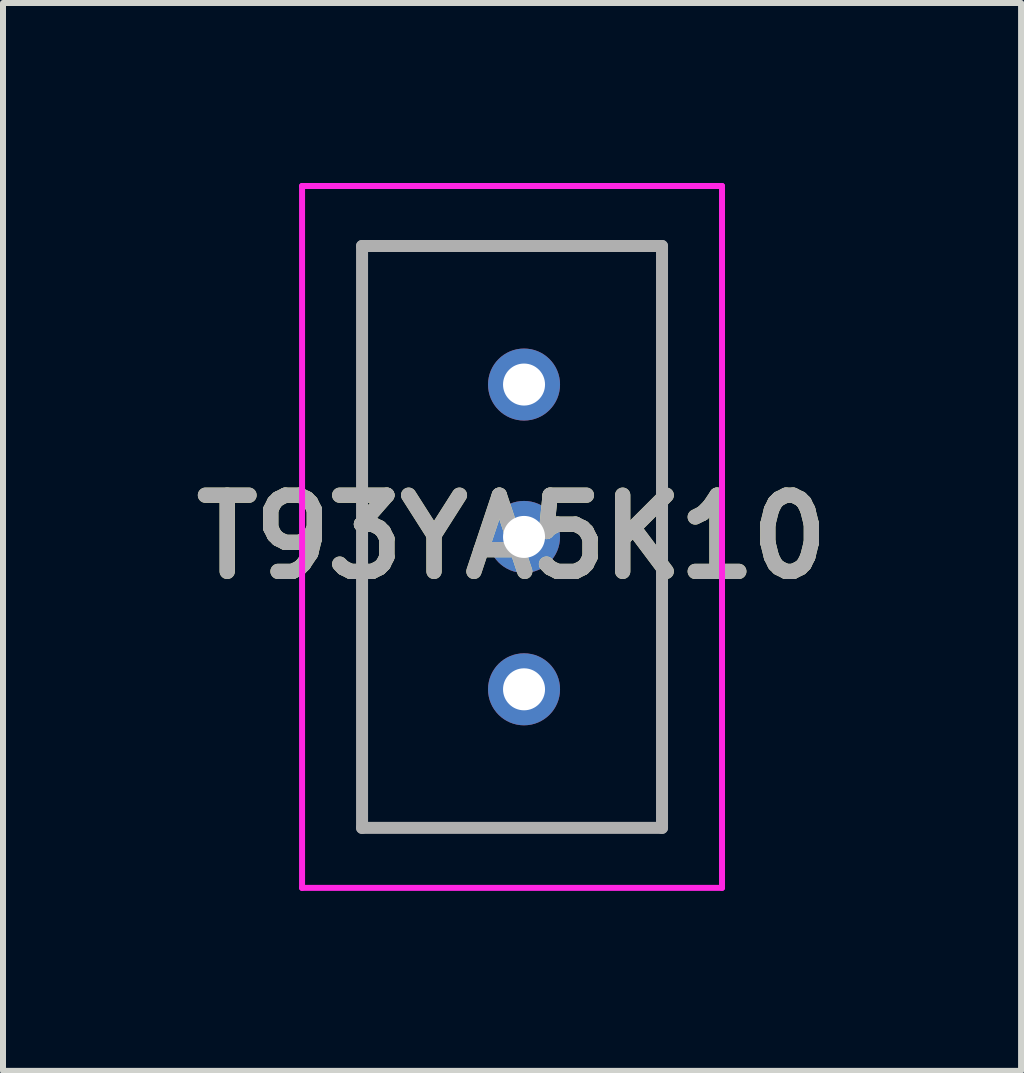
<source format=kicad_pcb>
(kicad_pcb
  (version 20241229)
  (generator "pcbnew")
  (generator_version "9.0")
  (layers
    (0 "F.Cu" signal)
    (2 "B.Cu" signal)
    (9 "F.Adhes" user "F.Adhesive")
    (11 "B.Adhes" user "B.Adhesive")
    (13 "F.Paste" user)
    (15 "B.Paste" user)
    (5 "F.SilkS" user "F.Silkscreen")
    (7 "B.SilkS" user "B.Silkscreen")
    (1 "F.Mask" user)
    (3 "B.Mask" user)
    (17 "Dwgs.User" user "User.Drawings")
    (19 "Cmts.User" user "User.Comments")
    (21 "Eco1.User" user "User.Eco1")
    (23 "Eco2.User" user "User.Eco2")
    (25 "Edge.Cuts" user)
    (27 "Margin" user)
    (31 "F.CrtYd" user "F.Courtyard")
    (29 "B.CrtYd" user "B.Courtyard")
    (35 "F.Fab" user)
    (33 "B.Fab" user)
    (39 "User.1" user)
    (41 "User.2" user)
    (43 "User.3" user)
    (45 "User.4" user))
  (footprint "T93YA5K10"
    (layer "F.Cu")
    (at 5.485 5.9)
    (property "Reference" "T93YA5K10" (at 0 0 0) (layer "F.SilkS") (effects (font (size 1.27 1.27) (thickness 0.254))))
    (attr through_hole)
    (fp_line (start -2.5 -4.85) (end 2.5 -4.85) (stroke (width 0.1) (type solid)) (layer "F.SilkS"))
    (fp_line (start -2.5 4.85) (end -2.5 -4.85) (stroke (width 0.1) (type solid)) (layer "F.SilkS"))
    (fp_line (start 2.5 -4.85) (end 2.5 4.85) (stroke (width 0.1) (type solid)) (layer "F.SilkS"))
    (fp_line (start 2.5 4.85) (end -2.5 4.85) (stroke (width 0.1) (type solid)) (layer "F.SilkS"))
    (fp_line (start -3.5 -5.85) (end 3.5 -5.85) (stroke (width 0.1) (type solid)) (layer "F.CrtYd"))
    (fp_line (start -3.5 5.85) (end -3.5 -5.85) (stroke (width 0.1) (type solid)) (layer "F.CrtYd"))
    (fp_line (start 3.5 -5.85) (end 3.5 5.85) (stroke (width 0.1) (type solid)) (layer "F.CrtYd"))
    (fp_line (start 3.5 5.85) (end -3.5 5.85) (stroke (width 0.1) (type solid)) (layer "F.CrtYd"))
    (fp_line (start -2.5 -4.85) (end 2.5 -4.85) (stroke (width 0.2) (type solid)) (layer "F.Fab"))
    (fp_line (start -2.5 4.85) (end -2.5 -4.85) (stroke (width 0.2) (type solid)) (layer "F.Fab"))
    (fp_line (start 2.5 -4.85) (end 2.5 4.85) (stroke (width 0.2) (type solid)) (layer "F.Fab"))
    (fp_line (start 2.5 4.85) (end -2.5 4.85) (stroke (width 0.2) (type solid)) (layer "F.Fab"))
    (fp_text user "${REFERENCE}" (at 0 0 0) (layer "F.Fab") (effects (font (size 1.27 1.27) (thickness 0.254))))
    (pad "1" thru_hole circle (at 0.2 2.54) (size 1.2 1.2) (drill 0.7) (layers "*.Cu" "*.Mask"))
    (pad "2" thru_hole circle (at 0.2 0) (size 1.2 1.2) (drill 0.7) (layers "*.Cu" "*.Mask"))
    (pad "3" thru_hole circle (at 0.2 -2.54) (size 1.2 1.2) (drill 0.7) (layers "*.Cu" "*.Mask")))
  (gr_rect
    (start -3 -3)
    (end 13.97 14.8)
    (stroke (width 0.1) (type default))
    (fill no)
    (layer "Edge.Cuts")))
</source>
